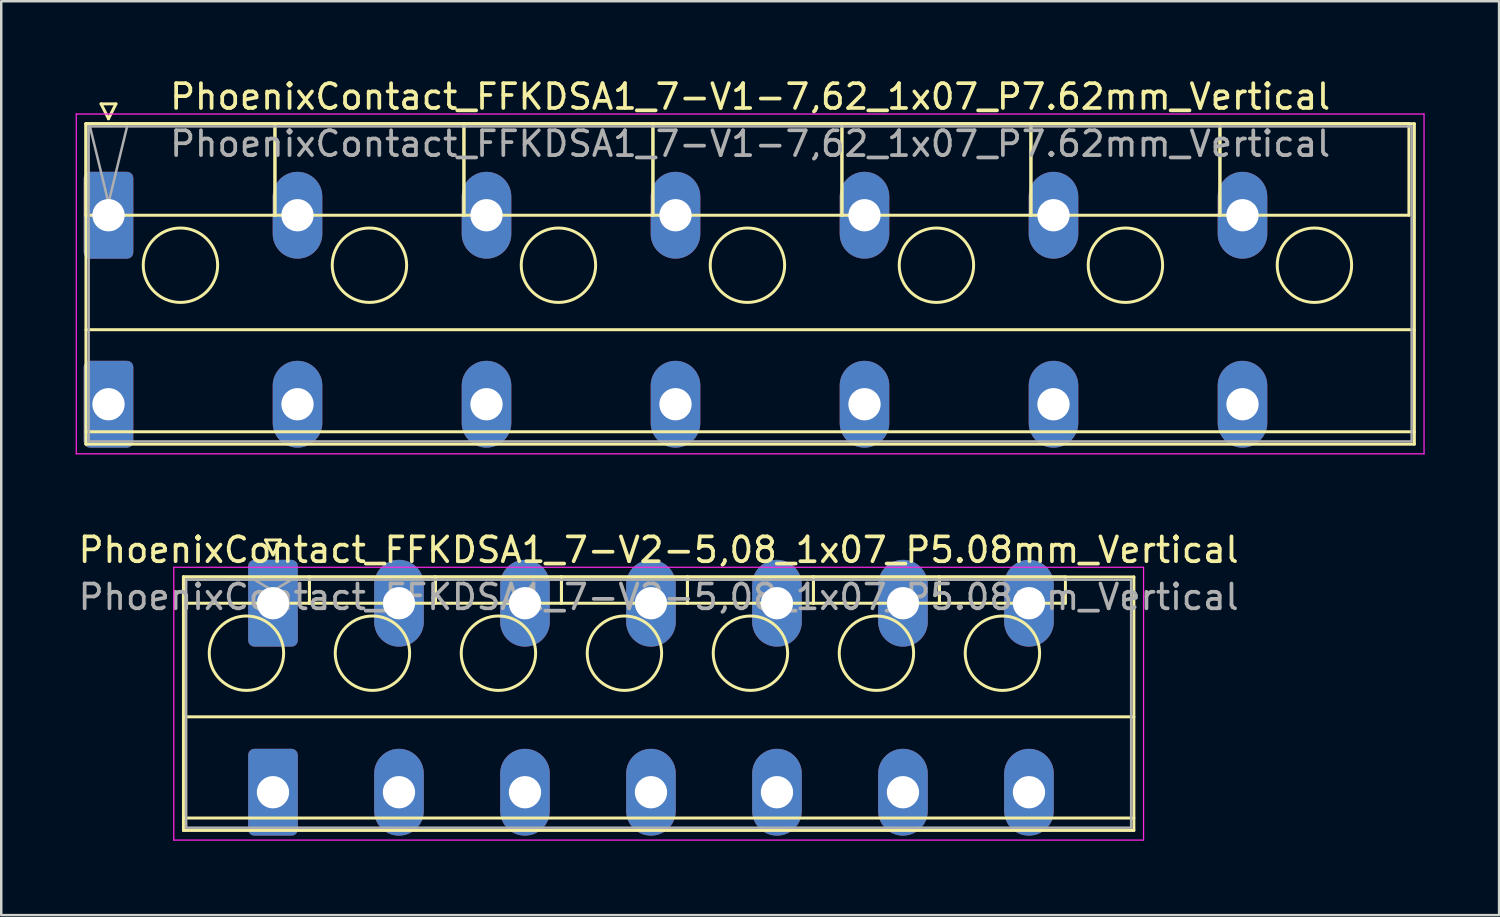
<source format=kicad_pcb>
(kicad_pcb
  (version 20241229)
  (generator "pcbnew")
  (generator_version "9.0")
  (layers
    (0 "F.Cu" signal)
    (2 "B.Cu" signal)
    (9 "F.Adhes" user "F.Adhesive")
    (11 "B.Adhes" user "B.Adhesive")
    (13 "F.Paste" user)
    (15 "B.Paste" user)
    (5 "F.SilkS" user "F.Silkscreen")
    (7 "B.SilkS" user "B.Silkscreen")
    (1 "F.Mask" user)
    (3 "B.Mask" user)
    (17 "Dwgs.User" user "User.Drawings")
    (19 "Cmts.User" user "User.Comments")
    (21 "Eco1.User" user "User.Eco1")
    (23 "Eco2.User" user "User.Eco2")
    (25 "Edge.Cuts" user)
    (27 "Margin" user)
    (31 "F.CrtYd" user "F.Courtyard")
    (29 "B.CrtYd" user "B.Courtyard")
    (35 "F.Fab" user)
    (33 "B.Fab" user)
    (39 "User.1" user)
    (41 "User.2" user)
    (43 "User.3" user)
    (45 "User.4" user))
  (footprint "PhoenixContact_FFKDSA1_7-V2-5,08_1x07_P5.08mm_Vertical"
    (layer "F.Cu")
    (at 7.956 21.271)
    (property "Reference" "PhoenixContact_FFKDSA1_7-V2-5,08_1x07_P5.08mm_Vertical" (at 15.55 -2.15 0) (layer "F.SilkS") (effects (font (size 1 1) (thickness 0.15))))
    (attr through_hole)
    (fp_line (start -3.61 -1.06) (end -3.61 0) (stroke (width 0.12) (type solid)) (layer "F.SilkS"))
    (fp_line (start -3.61 -1.06) (end -3.61 9.16) (stroke (width 0.12) (type solid)) (layer "F.SilkS"))
    (fp_line (start -3.61 0) (end 1.47 0) (stroke (width 0.12) (type solid)) (layer "F.SilkS"))
    (fp_line (start -3.61 4.58) (end 34.71 4.58) (stroke (width 0.12) (type solid)) (layer "F.SilkS"))
    (fp_line (start -3.61 8.66) (end 34.71 8.66) (stroke (width 0.12) (type solid)) (layer "F.SilkS"))
    (fp_line (start -3.61 9.16) (end 34.71 9.16) (stroke (width 0.12) (type solid)) (layer "F.SilkS"))
    (fp_line (start -0.3 -2.55) (end 0.3 -2.55) (stroke (width 0.12) (type solid)) (layer "F.SilkS"))
    (fp_line (start 0 -1.95) (end -0.3 -2.55) (stroke (width 0.12) (type solid)) (layer "F.SilkS"))
    (fp_line (start 0.3 -2.55) (end 0 -1.95) (stroke (width 0.12) (type solid)) (layer "F.SilkS"))
    (fp_line (start 1.47 -1.06) (end -3.61 -1.06) (stroke (width 0.12) (type solid)) (layer "F.SilkS"))
    (fp_line (start 1.47 -1.06) (end 1.47 0) (stroke (width 0.12) (type solid)) (layer "F.SilkS"))
    (fp_line (start 1.47 0) (end 1.47 -1.06) (stroke (width 0.12) (type solid)) (layer "F.SilkS"))
    (fp_line (start 1.47 0) (end 6.55 0) (stroke (width 0.12) (type solid)) (layer "F.SilkS"))
    (fp_line (start 6.55 -1.06) (end 1.47 -1.06) (stroke (width 0.12) (type solid)) (layer "F.SilkS"))
    (fp_line (start 6.55 -1.06) (end 6.55 0) (stroke (width 0.12) (type solid)) (layer "F.SilkS"))
    (fp_line (start 6.55 0) (end 6.55 -1.06) (stroke (width 0.12) (type solid)) (layer "F.SilkS"))
    (fp_line (start 6.55 0) (end 11.63 0) (stroke (width 0.12) (type solid)) (layer "F.SilkS"))
    (fp_line (start 11.63 -1.06) (end 6.55 -1.06) (stroke (width 0.12) (type solid)) (layer "F.SilkS"))
    (fp_line (start 11.63 -1.06) (end 11.63 0) (stroke (width 0.12) (type solid)) (layer "F.SilkS"))
    (fp_line (start 11.63 0) (end 11.63 -1.06) (stroke (width 0.12) (type solid)) (layer "F.SilkS"))
    (fp_line (start 11.63 0) (end 16.71 0) (stroke (width 0.12) (type solid)) (layer "F.SilkS"))
    (fp_line (start 16.71 -1.06) (end 11.63 -1.06) (stroke (width 0.12) (type solid)) (layer "F.SilkS"))
    (fp_line (start 16.71 -1.06) (end 16.71 0) (stroke (width 0.12) (type solid)) (layer "F.SilkS"))
    (fp_line (start 16.71 0) (end 16.71 -1.06) (stroke (width 0.12) (type solid)) (layer "F.SilkS"))
    (fp_line (start 16.71 0) (end 21.79 0) (stroke (width 0.12) (type solid)) (layer "F.SilkS"))
    (fp_line (start 21.79 -1.06) (end 16.71 -1.06) (stroke (width 0.12) (type solid)) (layer "F.SilkS"))
    (fp_line (start 21.79 -1.06) (end 21.79 0) (stroke (width 0.12) (type solid)) (layer "F.SilkS"))
    (fp_line (start 21.79 0) (end 21.79 -1.06) (stroke (width 0.12) (type solid)) (layer "F.SilkS"))
    (fp_line (start 21.79 0) (end 26.87 0) (stroke (width 0.12) (type solid)) (layer "F.SilkS"))
    (fp_line (start 26.87 -1.06) (end 21.79 -1.06) (stroke (width 0.12) (type solid)) (layer "F.SilkS"))
    (fp_line (start 26.87 -1.06) (end 26.87 0) (stroke (width 0.12) (type solid)) (layer "F.SilkS"))
    (fp_line (start 26.87 0) (end 26.87 -1.06) (stroke (width 0.12) (type solid)) (layer "F.SilkS"))
    (fp_line (start 26.87 0) (end 31.95 0) (stroke (width 0.12) (type solid)) (layer "F.SilkS"))
    (fp_line (start 31.95 -1.06) (end 26.87 -1.06) (stroke (width 0.12) (type solid)) (layer "F.SilkS"))
    (fp_line (start 31.95 0) (end 31.95 -1.06) (stroke (width 0.12) (type solid)) (layer "F.SilkS"))
    (fp_line (start 34.71 -1.06) (end -3.61 -1.06) (stroke (width 0.12) (type solid)) (layer "F.SilkS"))
    (fp_line (start 34.71 9.16) (end 34.71 -1.06) (stroke (width 0.12) (type solid)) (layer "F.SilkS"))
    (fp_circle (center -1.07 2.015) (end 0.43 2.015) (stroke (width 0.12) (type solid)) (fill no) (layer "F.SilkS"))
    (fp_circle (center 4.01 2.015) (end 5.51 2.015) (stroke (width 0.12) (type solid)) (fill no) (layer "F.SilkS"))
    (fp_circle (center 9.09 2.015) (end 10.59 2.015) (stroke (width 0.12) (type solid)) (fill no) (layer "F.SilkS"))
    (fp_circle (center 14.17 2.015) (end 15.67 2.015) (stroke (width 0.12) (type solid)) (fill no) (layer "F.SilkS"))
    (fp_circle (center 19.25 2.015) (end 20.75 2.015) (stroke (width 0.12) (type solid)) (fill no) (layer "F.SilkS"))
    (fp_circle (center 24.33 2.015) (end 25.83 2.015) (stroke (width 0.12) (type solid)) (fill no) (layer "F.SilkS"))
    (fp_circle (center 29.41 2.015) (end 30.91 2.015) (stroke (width 0.12) (type solid)) (fill no) (layer "F.SilkS"))
    (fp_line (start -4 -1.45) (end -4 9.55) (stroke (width 0.05) (type solid)) (layer "F.CrtYd"))
    (fp_line (start -4 9.55) (end 35.1 9.55) (stroke (width 0.05) (type solid)) (layer "F.CrtYd"))
    (fp_line (start 35.1 -1.45) (end -4 -1.45) (stroke (width 0.05) (type solid)) (layer "F.CrtYd"))
    (fp_line (start 35.1 9.55) (end 35.1 -1.45) (stroke (width 0.05) (type solid)) (layer "F.CrtYd"))
    (fp_line (start -3.5 -0.95) (end -3.5 9.05) (stroke (width 0.1) (type solid)) (layer "F.Fab"))
    (fp_line (start -3.5 9.05) (end 34.6 9.05) (stroke (width 0.1) (type solid)) (layer "F.Fab"))
    (fp_line (start 0 -0.5) (end -0.75 -0.95) (stroke (width 0.1) (type solid)) (layer "F.Fab"))
    (fp_line (start 0.75 -0.95) (end 0 -0.5) (stroke (width 0.1) (type solid)) (layer "F.Fab"))
    (fp_line (start 34.6 -0.95) (end -3.5 -0.95) (stroke (width 0.1) (type solid)) (layer "F.Fab"))
    (fp_line (start 34.6 9.05) (end 34.6 -0.95) (stroke (width 0.1) (type solid)) (layer "F.Fab"))
    (fp_text user "${REFERENCE}" (at 15.55 -0.25 0) (layer "F.Fab") (effects (font (size 1 1) (thickness 0.15))))
    (pad "1" thru_hole roundrect (at 0 0) (size 2 3.5) (drill 1.3) (layers "*.Cu" "*.Mask") (roundrect_rratio 0.125))
    (pad "1" thru_hole roundrect (at 0 7.62) (size 2 3.5) (drill 1.3) (layers "*.Cu" "*.Mask") (roundrect_rratio 0.125))
    (pad "2" thru_hole oval (at 5.08 0) (size 2 3.5) (drill 1.3) (layers "*.Cu" "*.Mask"))
    (pad "2" thru_hole oval (at 5.08 7.62) (size 2 3.5) (drill 1.3) (layers "*.Cu" "*.Mask"))
    (pad "3" thru_hole oval (at 10.16 0) (size 2 3.5) (drill 1.3) (layers "*.Cu" "*.Mask"))
    (pad "3" thru_hole oval (at 10.16 7.62) (size 2 3.5) (drill 1.3) (layers "*.Cu" "*.Mask"))
    (pad "4" thru_hole oval (at 15.24 0) (size 2 3.5) (drill 1.3) (layers "*.Cu" "*.Mask"))
    (pad "4" thru_hole oval (at 15.24 7.62) (size 2 3.5) (drill 1.3) (layers "*.Cu" "*.Mask"))
    (pad "5" thru_hole oval (at 20.32 0) (size 2 3.5) (drill 1.3) (layers "*.Cu" "*.Mask"))
    (pad "5" thru_hole oval (at 20.32 7.62) (size 2 3.5) (drill 1.3) (layers "*.Cu" "*.Mask"))
    (pad "6" thru_hole oval (at 25.4 0) (size 2 3.5) (drill 1.3) (layers "*.Cu" "*.Mask"))
    (pad "6" thru_hole oval (at 25.4 7.62) (size 2 3.5) (drill 1.3) (layers "*.Cu" "*.Mask"))
    (pad "7" thru_hole oval (at 30.48 0) (size 2 3.5) (drill 1.3) (layers "*.Cu" "*.Mask"))
    (pad "7" thru_hole oval (at 30.48 7.62) (size 2 3.5) (drill 1.3) (layers "*.Cu" "*.Mask")))
  (footprint "PhoenixContact_FFKDSA1_7-V1-7,62_1x07_P7.62mm_Vertical"
    (layer "F.Cu")
    (at 1.325 5.628)
    (property "Reference" "PhoenixContact_FFKDSA1_7-V1-7,62_1x07_P7.62mm_Vertical" (at 25.87 -4.78 0) (layer "F.SilkS") (effects (font (size 1 1) (thickness 0.15))))
    (attr through_hole)
    (fp_line (start -0.91 -3.69) (end -0.91 0) (stroke (width 0.12) (type solid)) (layer "F.SilkS"))
    (fp_line (start -0.91 -3.69) (end -0.91 9.23) (stroke (width 0.12) (type solid)) (layer "F.SilkS"))
    (fp_line (start -0.91 0) (end 6.71 0) (stroke (width 0.12) (type solid)) (layer "F.SilkS"))
    (fp_line (start -0.91 4.615) (end 52.65 4.615) (stroke (width 0.12) (type solid)) (layer "F.SilkS"))
    (fp_line (start -0.91 8.73) (end 52.65 8.73) (stroke (width 0.12) (type solid)) (layer "F.SilkS"))
    (fp_line (start -0.91 9.23) (end 52.65 9.23) (stroke (width 0.12) (type solid)) (layer "F.SilkS"))
    (fp_line (start -0.3 -4.49) (end 0.3 -4.49) (stroke (width 0.12) (type solid)) (layer "F.SilkS"))
    (fp_line (start 0 -3.89) (end -0.3 -4.49) (stroke (width 0.12) (type solid)) (layer "F.SilkS"))
    (fp_line (start 0.3 -4.49) (end 0 -3.89) (stroke (width 0.12) (type solid)) (layer "F.SilkS"))
    (fp_line (start 6.71 -3.69) (end -0.91 -3.69) (stroke (width 0.12) (type solid)) (layer "F.SilkS"))
    (fp_line (start 6.71 -3.69) (end 6.71 0) (stroke (width 0.12) (type solid)) (layer "F.SilkS"))
    (fp_line (start 6.71 0) (end 6.71 -3.69) (stroke (width 0.12) (type solid)) (layer "F.SilkS"))
    (fp_line (start 6.71 0) (end 14.33 0) (stroke (width 0.12) (type solid)) (layer "F.SilkS"))
    (fp_line (start 14.33 -3.69) (end 6.71 -3.69) (stroke (width 0.12) (type solid)) (layer "F.SilkS"))
    (fp_line (start 14.33 -3.69) (end 14.33 0) (stroke (width 0.12) (type solid)) (layer "F.SilkS"))
    (fp_line (start 14.33 0) (end 14.33 -3.69) (stroke (width 0.12) (type solid)) (layer "F.SilkS"))
    (fp_line (start 14.33 0) (end 21.95 0) (stroke (width 0.12) (type solid)) (layer "F.SilkS"))
    (fp_line (start 21.95 -3.69) (end 14.33 -3.69) (stroke (width 0.12) (type solid)) (layer "F.SilkS"))
    (fp_line (start 21.95 -3.69) (end 21.95 0) (stroke (width 0.12) (type solid)) (layer "F.SilkS"))
    (fp_line (start 21.95 0) (end 21.95 -3.69) (stroke (width 0.12) (type solid)) (layer "F.SilkS"))
    (fp_line (start 21.95 0) (end 29.57 0) (stroke (width 0.12) (type solid)) (layer "F.SilkS"))
    (fp_line (start 29.57 -3.69) (end 21.95 -3.69) (stroke (width 0.12) (type solid)) (layer "F.SilkS"))
    (fp_line (start 29.57 -3.69) (end 29.57 0) (stroke (width 0.12) (type solid)) (layer "F.SilkS"))
    (fp_line (start 29.57 0) (end 29.57 -3.69) (stroke (width 0.12) (type solid)) (layer "F.SilkS"))
    (fp_line (start 29.57 0) (end 37.19 0) (stroke (width 0.12) (type solid)) (layer "F.SilkS"))
    (fp_line (start 37.19 -3.69) (end 29.57 -3.69) (stroke (width 0.12) (type solid)) (layer "F.SilkS"))
    (fp_line (start 37.19 -3.69) (end 37.19 0) (stroke (width 0.12) (type solid)) (layer "F.SilkS"))
    (fp_line (start 37.19 0) (end 37.19 -3.69) (stroke (width 0.12) (type solid)) (layer "F.SilkS"))
    (fp_line (start 37.19 0) (end 44.81 0) (stroke (width 0.12) (type solid)) (layer "F.SilkS"))
    (fp_line (start 44.81 -3.69) (end 37.19 -3.69) (stroke (width 0.12) (type solid)) (layer "F.SilkS"))
    (fp_line (start 44.81 -3.69) (end 44.81 0) (stroke (width 0.12) (type solid)) (layer "F.SilkS"))
    (fp_line (start 44.81 0) (end 44.81 -3.69) (stroke (width 0.12) (type solid)) (layer "F.SilkS"))
    (fp_line (start 44.81 0) (end 52.43 0) (stroke (width 0.12) (type solid)) (layer "F.SilkS"))
    (fp_line (start 52.43 -3.69) (end 44.81 -3.69) (stroke (width 0.12) (type solid)) (layer "F.SilkS"))
    (fp_line (start 52.43 0) (end 52.43 -3.69) (stroke (width 0.12) (type solid)) (layer "F.SilkS"))
    (fp_line (start 52.65 -3.69) (end -0.91 -3.69) (stroke (width 0.12) (type solid)) (layer "F.SilkS"))
    (fp_line (start 52.65 9.23) (end 52.65 -3.69) (stroke (width 0.12) (type solid)) (layer "F.SilkS"))
    (fp_circle (center 2.9 2.015) (end 4.4 2.015) (stroke (width 0.12) (type solid)) (fill no) (layer "F.SilkS"))
    (fp_circle (center 10.52 2.015) (end 12.02 2.015) (stroke (width 0.12) (type solid)) (fill no) (layer "F.SilkS"))
    (fp_circle (center 18.14 2.015) (end 19.64 2.015) (stroke (width 0.12) (type solid)) (fill no) (layer "F.SilkS"))
    (fp_circle (center 25.76 2.015) (end 27.26 2.015) (stroke (width 0.12) (type solid)) (fill no) (layer "F.SilkS"))
    (fp_circle (center 33.38 2.015) (end 34.88 2.015) (stroke (width 0.12) (type solid)) (fill no) (layer "F.SilkS"))
    (fp_circle (center 41 2.015) (end 42.5 2.015) (stroke (width 0.12) (type solid)) (fill no) (layer "F.SilkS"))
    (fp_circle (center 48.62 2.015) (end 50.12 2.015) (stroke (width 0.12) (type solid)) (fill no) (layer "F.SilkS"))
    (fp_line (start -1.3 -4.08) (end -1.3 9.62) (stroke (width 0.05) (type solid)) (layer "F.CrtYd"))
    (fp_line (start -1.3 9.62) (end 53.04 9.62) (stroke (width 0.05) (type solid)) (layer "F.CrtYd"))
    (fp_line (start 53.04 -4.08) (end -1.3 -4.08) (stroke (width 0.05) (type solid)) (layer "F.CrtYd"))
    (fp_line (start 53.04 9.62) (end 53.04 -4.08) (stroke (width 0.05) (type solid)) (layer "F.CrtYd"))
    (fp_line (start -0.8 -3.58) (end -0.8 9.12) (stroke (width 0.1) (type solid)) (layer "F.Fab"))
    (fp_line (start -0.8 9.12) (end 52.54 9.12) (stroke (width 0.1) (type solid)) (layer "F.Fab"))
    (fp_line (start 0 -0.5) (end -0.75 -3.58) (stroke (width 0.1) (type solid)) (layer "F.Fab"))
    (fp_line (start 0.75 -3.58) (end 0 -0.5) (stroke (width 0.1) (type solid)) (layer "F.Fab"))
    (fp_line (start 52.54 -3.58) (end -0.8 -3.58) (stroke (width 0.1) (type solid)) (layer "F.Fab"))
    (fp_line (start 52.54 9.12) (end 52.54 -3.58) (stroke (width 0.1) (type solid)) (layer "F.Fab"))
    (fp_text user "${REFERENCE}" (at 25.87 -2.88 0) (layer "F.Fab") (effects (font (size 1 1) (thickness 0.15))))
    (pad "1" thru_hole roundrect (at 0 0) (size 2 3.5) (drill 1.3) (layers "*.Cu" "*.Mask") (roundrect_rratio 0.125))
    (pad "1" thru_hole roundrect (at 0 7.62) (size 2 3.5) (drill 1.3) (layers "*.Cu" "*.Mask") (roundrect_rratio 0.125))
    (pad "2" thru_hole oval (at 7.62 0) (size 2 3.5) (drill 1.3) (layers "*.Cu" "*.Mask"))
    (pad "2" thru_hole oval (at 7.62 7.62) (size 2 3.5) (drill 1.3) (layers "*.Cu" "*.Mask"))
    (pad "3" thru_hole oval (at 15.24 0) (size 2 3.5) (drill 1.3) (layers "*.Cu" "*.Mask"))
    (pad "3" thru_hole oval (at 15.24 7.62) (size 2 3.5) (drill 1.3) (layers "*.Cu" "*.Mask"))
    (pad "4" thru_hole oval (at 22.86 0) (size 2 3.5) (drill 1.3) (layers "*.Cu" "*.Mask"))
    (pad "4" thru_hole oval (at 22.86 7.62) (size 2 3.5) (drill 1.3) (layers "*.Cu" "*.Mask"))
    (pad "5" thru_hole oval (at 30.48 0) (size 2 3.5) (drill 1.3) (layers "*.Cu" "*.Mask"))
    (pad "5" thru_hole oval (at 30.48 7.62) (size 2 3.5) (drill 1.3) (layers "*.Cu" "*.Mask"))
    (pad "6" thru_hole oval (at 38.1 0) (size 2 3.5) (drill 1.3) (layers "*.Cu" "*.Mask"))
    (pad "6" thru_hole oval (at 38.1 7.62) (size 2 3.5) (drill 1.3) (layers "*.Cu" "*.Mask"))
    (pad "7" thru_hole oval (at 45.72 0) (size 2 3.5) (drill 1.3) (layers "*.Cu" "*.Mask"))
    (pad "7" thru_hole oval (at 45.72 7.62) (size 2 3.5) (drill 1.3) (layers "*.Cu" "*.Mask")))
  (gr_rect
    (start -3 -3)
    (end 57.39 33.846)
    (stroke (width 0.1) (type default))
    (fill no)
    (layer "Edge.Cuts")))
</source>
